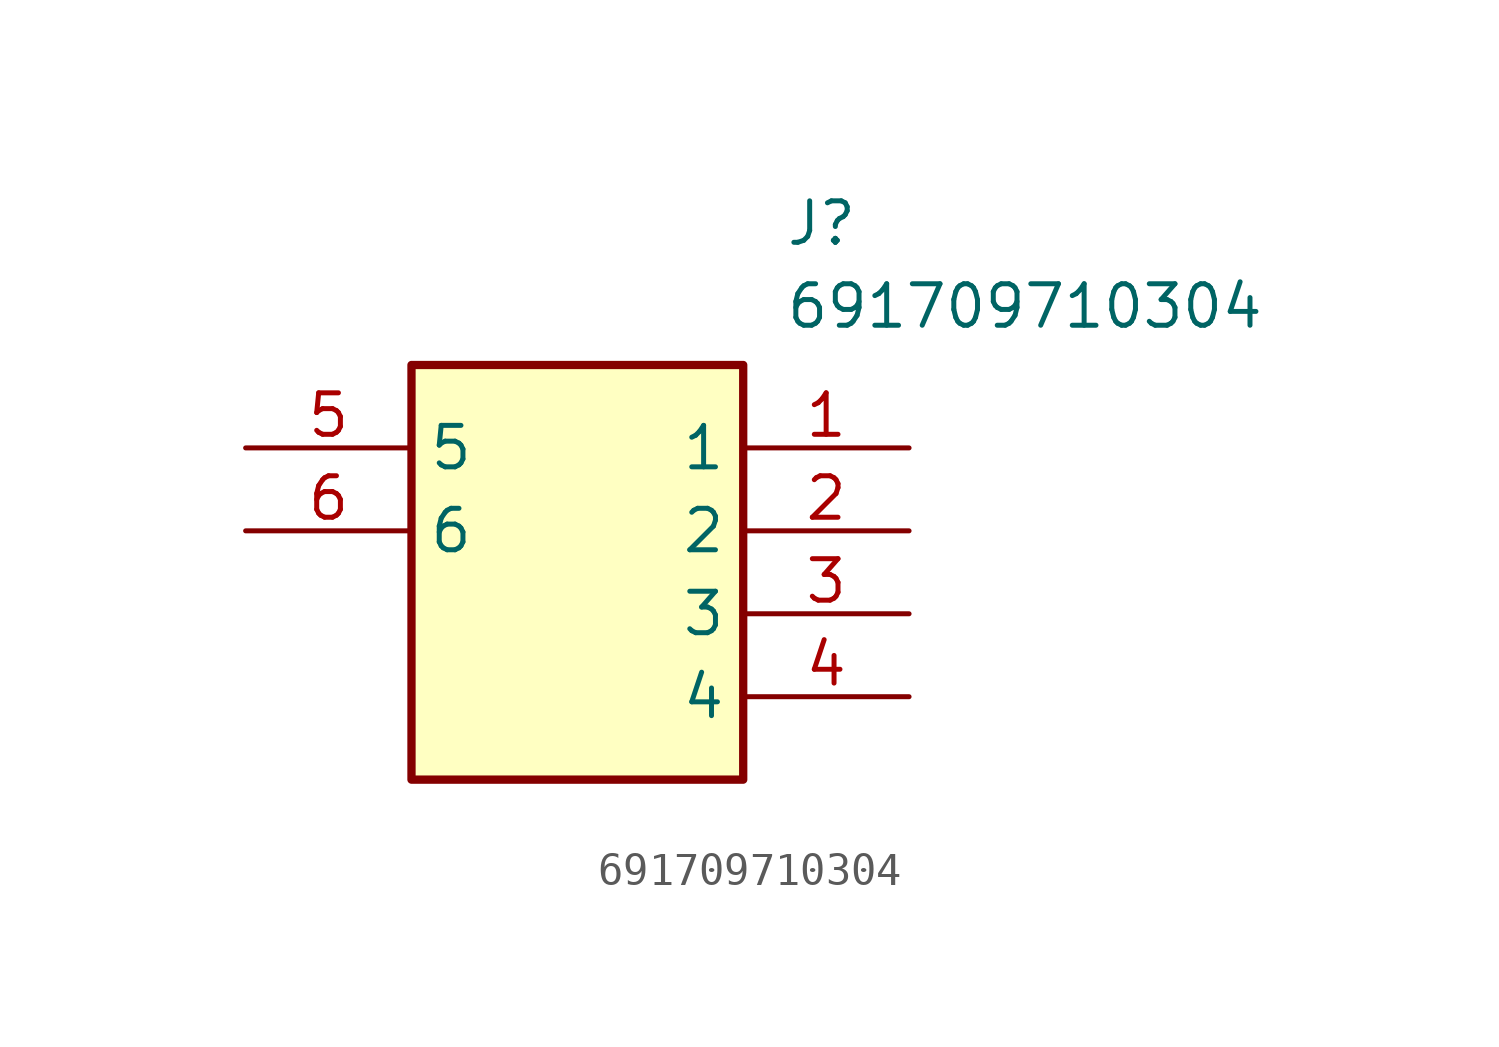
<source format=kicad_sym>
(kicad_symbol_lib
  (version 20211014)
  (generator SamacSys_ECAD_Model)
  (symbol "691709710304"
    (property "Reference" "J"
      (at 16.51 7.62 0)
      (effects (font (size 1.27 1.27)) (justify left top)))
    (property "Value" "691709710304"
      (at 16.51 5.08 0)
      (effects (font (size 1.27 1.27)) (justify left top)))
    (rectangle
      (start 5.08 2.54)
      (end 15.24 -10.16)
      (stroke (width 0.254) (type default))
      (fill (type background)))
    (pin passive line
      (at 20.32 0 180)
      (length 5.08)
      (name "1" (effects (font (size 1.27 1.27))))
      (number "1" (effects (font (size 1.27 1.27)))))
    (pin passive line
      (at 20.32 -2.54 180)
      (length 5.08)
      (name "2" (effects (font (size 1.27 1.27))))
      (number "2" (effects (font (size 1.27 1.27)))))
    (pin passive line
      (at 20.32 -5.08 180)
      (length 5.08)
      (name "3" (effects (font (size 1.27 1.27))))
      (number "3" (effects (font (size 1.27 1.27)))))
    (pin passive line
      (at 20.32 -7.62 180)
      (length 5.08)
      (name "4" (effects (font (size 1.27 1.27))))
      (number "4" (effects (font (size 1.27 1.27)))))
    (pin passive line
      (at 0 0 0)
      (length 5.08)
      (name "5" (effects (font (size 1.27 1.27))))
      (number "5" (effects (font (size 1.27 1.27)))))
    (pin passive line
      (at 0 -2.54 0)
      (length 5.08)
      (name "6" (effects (font (size 1.27 1.27))))
      (number "6" (effects (font (size 1.27 1.27)))))))
</source>
